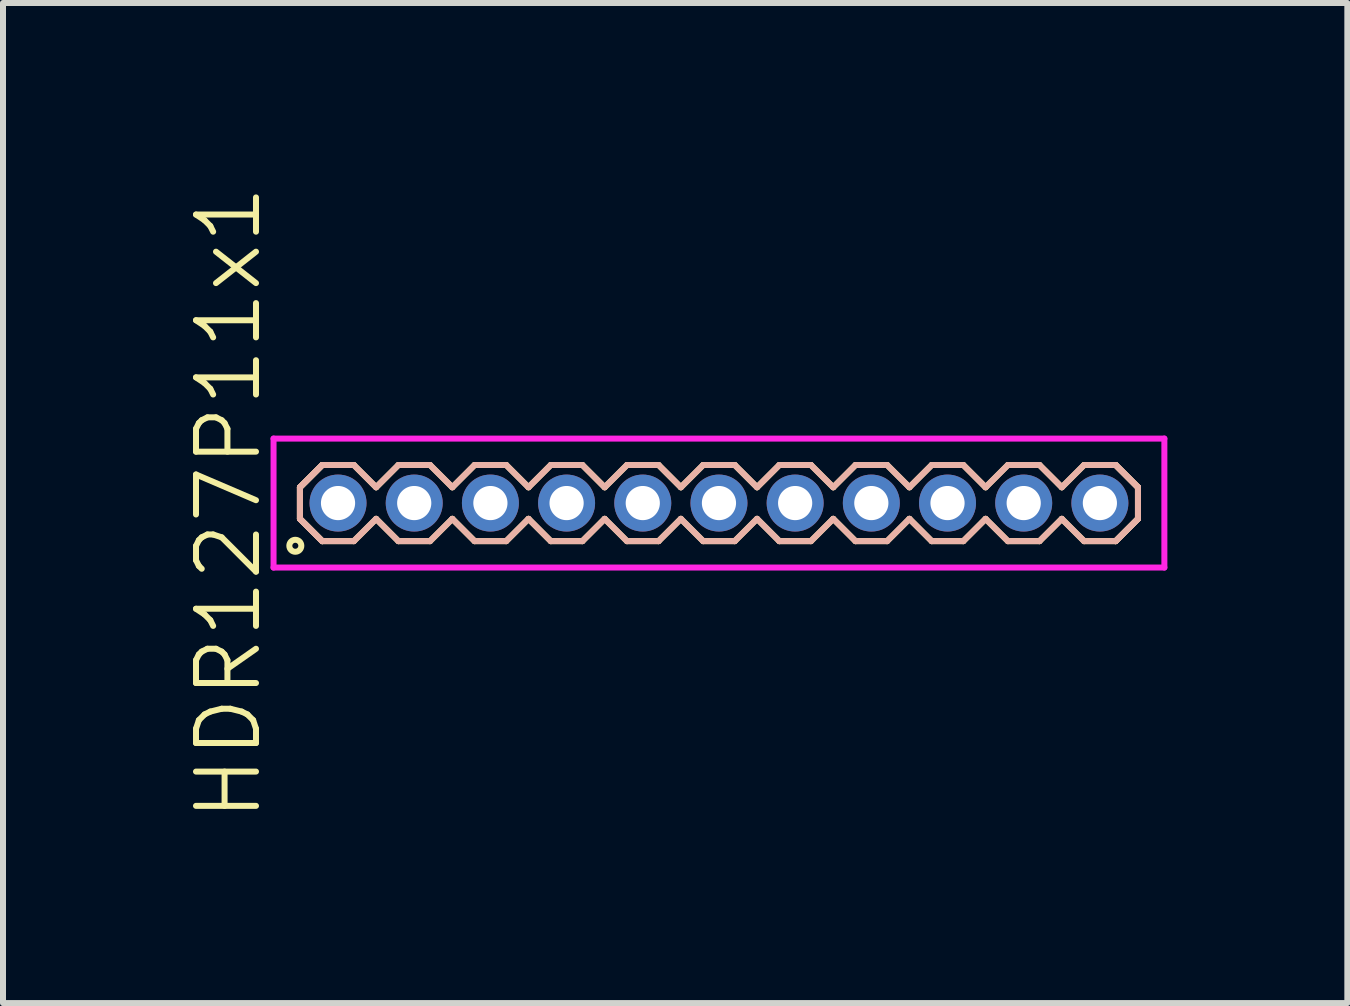
<source format=kicad_pcb>
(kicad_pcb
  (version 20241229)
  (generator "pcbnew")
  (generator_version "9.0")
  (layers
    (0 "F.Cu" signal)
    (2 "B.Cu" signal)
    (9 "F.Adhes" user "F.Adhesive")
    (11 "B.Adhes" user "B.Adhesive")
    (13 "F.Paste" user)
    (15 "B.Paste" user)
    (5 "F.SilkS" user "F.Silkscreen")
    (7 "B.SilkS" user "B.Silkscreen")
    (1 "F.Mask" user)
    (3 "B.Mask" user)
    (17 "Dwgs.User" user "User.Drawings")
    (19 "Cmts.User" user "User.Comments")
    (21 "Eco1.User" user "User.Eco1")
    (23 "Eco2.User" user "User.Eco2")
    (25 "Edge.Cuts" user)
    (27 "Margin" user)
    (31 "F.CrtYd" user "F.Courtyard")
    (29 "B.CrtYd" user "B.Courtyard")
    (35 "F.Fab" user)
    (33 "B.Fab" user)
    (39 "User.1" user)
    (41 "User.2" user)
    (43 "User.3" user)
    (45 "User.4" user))
  (footprint "HDR127P11x1"
    (layer "F.Cu")
    (at 8.935 5.336)
    (property "Reference" "HDR127P11x1" (at -8.175 0 90) (layer "F.SilkS") (effects (font (size 1 1) (thickness 0.1))))
    (attr through_hole)
    (fp_line (start -6.985 -0.263) (end -6.613 -0.635) (stroke (width 0.1) (type solid)) (layer "F.SilkS"))
    (fp_line (start -6.985 -0.263) (end -6.613 -0.635) (stroke (width 0.1) (type solid)) (layer "F.SilkS"))
    (fp_line (start -6.985 0.263) (end -6.985 -0.263) (stroke (width 0.1) (type solid)) (layer "F.SilkS"))
    (fp_line (start -6.985 0.263) (end -6.985 -0.263) (stroke (width 0.1) (type solid)) (layer "F.SilkS"))
    (fp_line (start -6.613 -0.635) (end -6.087 -0.635) (stroke (width 0.1) (type solid)) (layer "F.SilkS"))
    (fp_line (start -6.613 0.635) (end -6.985 0.263) (stroke (width 0.1) (type solid)) (layer "F.SilkS"))
    (fp_line (start -6.613 0.635) (end -6.985 0.263) (stroke (width 0.1) (type solid)) (layer "F.SilkS"))
    (fp_line (start -6.087 -0.635) (end -5.715 -0.263) (stroke (width 0.1) (type solid)) (layer "F.SilkS"))
    (fp_line (start -6.087 0.635) (end -6.613 0.635) (stroke (width 0.1) (type solid)) (layer "F.SilkS"))
    (fp_line (start -5.715 -0.263) (end -5.343 -0.635) (stroke (width 0.1) (type solid)) (layer "F.SilkS"))
    (fp_line (start -5.715 0.263) (end -6.087 0.635) (stroke (width 0.1) (type solid)) (layer "F.SilkS"))
    (fp_line (start -5.343 -0.635) (end -4.817 -0.635) (stroke (width 0.1) (type solid)) (layer "F.SilkS"))
    (fp_line (start -5.343 0.635) (end -5.715 0.263) (stroke (width 0.1) (type solid)) (layer "F.SilkS"))
    (fp_line (start -4.817 -0.635) (end -4.445 -0.263) (stroke (width 0.1) (type solid)) (layer "F.SilkS"))
    (fp_line (start -4.817 0.635) (end -5.343 0.635) (stroke (width 0.1) (type solid)) (layer "F.SilkS"))
    (fp_line (start -4.445 -0.263) (end -4.073 -0.635) (stroke (width 0.1) (type solid)) (layer "F.SilkS"))
    (fp_line (start -4.445 0.263) (end -4.817 0.635) (stroke (width 0.1) (type solid)) (layer "F.SilkS"))
    (fp_line (start -4.073 -0.635) (end -3.547 -0.635) (stroke (width 0.1) (type solid)) (layer "F.SilkS"))
    (fp_line (start -4.073 0.635) (end -4.445 0.263) (stroke (width 0.1) (type solid)) (layer "F.SilkS"))
    (fp_line (start -3.547 -0.635) (end -3.175 -0.263) (stroke (width 0.1) (type solid)) (layer "F.SilkS"))
    (fp_line (start -3.547 0.635) (end -4.073 0.635) (stroke (width 0.1) (type solid)) (layer "F.SilkS"))
    (fp_line (start -3.175 -0.263) (end -2.803 -0.635) (stroke (width 0.1) (type solid)) (layer "F.SilkS"))
    (fp_line (start -3.175 0.263) (end -3.547 0.635) (stroke (width 0.1) (type solid)) (layer "F.SilkS"))
    (fp_line (start -2.803 -0.635) (end -2.277 -0.635) (stroke (width 0.1) (type solid)) (layer "F.SilkS"))
    (fp_line (start -2.803 0.635) (end -3.175 0.263) (stroke (width 0.1) (type solid)) (layer "F.SilkS"))
    (fp_line (start -2.277 -0.635) (end -1.905 -0.263) (stroke (width 0.1) (type solid)) (layer "F.SilkS"))
    (fp_line (start -2.277 0.635) (end -2.803 0.635) (stroke (width 0.1) (type solid)) (layer "F.SilkS"))
    (fp_line (start -1.905 -0.263) (end -1.533 -0.635) (stroke (width 0.1) (type solid)) (layer "F.SilkS"))
    (fp_line (start -1.905 0.263) (end -2.277 0.635) (stroke (width 0.1) (type solid)) (layer "F.SilkS"))
    (fp_line (start -1.533 -0.635) (end -1.007 -0.635) (stroke (width 0.1) (type solid)) (layer "F.SilkS"))
    (fp_line (start -1.533 0.635) (end -1.905 0.263) (stroke (width 0.1) (type solid)) (layer "F.SilkS"))
    (fp_line (start -1.007 -0.635) (end -0.635 -0.263) (stroke (width 0.1) (type solid)) (layer "F.SilkS"))
    (fp_line (start -1.007 0.635) (end -1.533 0.635) (stroke (width 0.1) (type solid)) (layer "F.SilkS"))
    (fp_line (start -0.635 -0.263) (end -0.263 -0.635) (stroke (width 0.1) (type solid)) (layer "F.SilkS"))
    (fp_line (start -0.635 0.263) (end -1.007 0.635) (stroke (width 0.1) (type solid)) (layer "F.SilkS"))
    (fp_line (start -0.263 -0.635) (end 0.263 -0.635) (stroke (width 0.1) (type solid)) (layer "F.SilkS"))
    (fp_line (start -0.263 0.635) (end -0.635 0.263) (stroke (width 0.1) (type solid)) (layer "F.SilkS"))
    (fp_line (start 0.263 -0.635) (end 0.635 -0.263) (stroke (width 0.1) (type solid)) (layer "F.SilkS"))
    (fp_line (start 0.263 0.635) (end -0.263 0.635) (stroke (width 0.1) (type solid)) (layer "F.SilkS"))
    (fp_line (start 0.635 -0.263) (end 1.007 -0.635) (stroke (width 0.1) (type solid)) (layer "F.SilkS"))
    (fp_line (start 0.635 0.263) (end 0.263 0.635) (stroke (width 0.1) (type solid)) (layer "F.SilkS"))
    (fp_line (start 1.007 -0.635) (end 1.533 -0.635) (stroke (width 0.1) (type solid)) (layer "F.SilkS"))
    (fp_line (start 1.007 0.635) (end 0.635 0.263) (stroke (width 0.1) (type solid)) (layer "F.SilkS"))
    (fp_line (start 1.533 -0.635) (end 1.905 -0.263) (stroke (width 0.1) (type solid)) (layer "F.SilkS"))
    (fp_line (start 1.533 0.635) (end 1.007 0.635) (stroke (width 0.1) (type solid)) (layer "F.SilkS"))
    (fp_line (start 1.905 -0.263) (end 2.277 -0.635) (stroke (width 0.1) (type solid)) (layer "F.SilkS"))
    (fp_line (start 1.905 0.263) (end 1.533 0.635) (stroke (width 0.1) (type solid)) (layer "F.SilkS"))
    (fp_line (start 2.277 -0.635) (end 2.803 -0.635) (stroke (width 0.1) (type solid)) (layer "F.SilkS"))
    (fp_line (start 2.277 0.635) (end 1.905 0.263) (stroke (width 0.1) (type solid)) (layer "F.SilkS"))
    (fp_line (start 2.803 -0.635) (end 3.175 -0.263) (stroke (width 0.1) (type solid)) (layer "F.SilkS"))
    (fp_line (start 2.803 0.635) (end 2.277 0.635) (stroke (width 0.1) (type solid)) (layer "F.SilkS"))
    (fp_line (start 3.175 -0.263) (end 3.547 -0.635) (stroke (width 0.1) (type solid)) (layer "F.SilkS"))
    (fp_line (start 3.175 0.263) (end 2.803 0.635) (stroke (width 0.1) (type solid)) (layer "F.SilkS"))
    (fp_line (start 3.547 -0.635) (end 4.073 -0.635) (stroke (width 0.1) (type solid)) (layer "F.SilkS"))
    (fp_line (start 3.547 0.635) (end 3.175 0.263) (stroke (width 0.1) (type solid)) (layer "F.SilkS"))
    (fp_line (start 4.073 -0.635) (end 4.445 -0.263) (stroke (width 0.1) (type solid)) (layer "F.SilkS"))
    (fp_line (start 4.073 0.635) (end 3.547 0.635) (stroke (width 0.1) (type solid)) (layer "F.SilkS"))
    (fp_line (start 4.445 -0.263) (end 4.817 -0.635) (stroke (width 0.1) (type solid)) (layer "F.SilkS"))
    (fp_line (start 4.445 0.263) (end 4.073 0.635) (stroke (width 0.1) (type solid)) (layer "F.SilkS"))
    (fp_line (start 4.817 -0.635) (end 5.343 -0.635) (stroke (width 0.1) (type solid)) (layer "F.SilkS"))
    (fp_line (start 4.817 0.635) (end 4.445 0.263) (stroke (width 0.1) (type solid)) (layer "F.SilkS"))
    (fp_line (start 5.343 -0.635) (end 5.715 -0.263) (stroke (width 0.1) (type solid)) (layer "F.SilkS"))
    (fp_line (start 5.343 0.635) (end 4.817 0.635) (stroke (width 0.1) (type solid)) (layer "F.SilkS"))
    (fp_line (start 5.715 -0.263) (end 6.087 -0.635) (stroke (width 0.1) (type solid)) (layer "F.SilkS"))
    (fp_line (start 5.715 0.263) (end 5.343 0.635) (stroke (width 0.1) (type solid)) (layer "F.SilkS"))
    (fp_line (start 6.087 -0.635) (end 6.613 -0.635) (stroke (width 0.1) (type solid)) (layer "F.SilkS"))
    (fp_line (start 6.087 0.635) (end 5.715 0.263) (stroke (width 0.1) (type solid)) (layer "F.SilkS"))
    (fp_line (start 6.613 -0.635) (end 6.985 -0.263) (stroke (width 0.1) (type solid)) (layer "F.SilkS"))
    (fp_line (start 6.613 -0.635) (end 6.985 -0.263) (stroke (width 0.1) (type solid)) (layer "F.SilkS"))
    (fp_line (start 6.613 0.635) (end 6.087 0.635) (stroke (width 0.1) (type solid)) (layer "F.SilkS"))
    (fp_line (start 6.985 -0.263) (end 6.985 0.263) (stroke (width 0.1) (type solid)) (layer "F.SilkS"))
    (fp_line (start 6.985 -0.263) (end 6.985 0.263) (stroke (width 0.1) (type solid)) (layer "F.SilkS"))
    (fp_line (start 6.985 0.263) (end 6.613 0.635) (stroke (width 0.1) (type solid)) (layer "F.SilkS"))
    (fp_line (start 6.985 0.263) (end 6.613 0.635) (stroke (width 0.1) (type solid)) (layer "F.SilkS"))
    (fp_circle (center -7.062 0.712) (end -6.962 0.712) (stroke (width 0.1) (type solid)) (fill no) (layer "F.SilkS"))
    (fp_line (start -6.985 -0.263) (end -6.613 -0.635) (stroke (width 0.1) (type solid)) (layer "B.SilkS"))
    (fp_line (start -6.985 -0.263) (end -6.613 -0.635) (stroke (width 0.1) (type solid)) (layer "B.SilkS"))
    (fp_line (start -6.985 0.263) (end -6.985 -0.263) (stroke (width 0.1) (type solid)) (layer "B.SilkS"))
    (fp_line (start -6.985 0.263) (end -6.985 -0.263) (stroke (width 0.1) (type solid)) (layer "B.SilkS"))
    (fp_line (start -6.613 -0.635) (end -6.087 -0.635) (stroke (width 0.1) (type solid)) (layer "B.SilkS"))
    (fp_line (start -6.613 0.635) (end -6.985 0.263) (stroke (width 0.1) (type solid)) (layer "B.SilkS"))
    (fp_line (start -6.613 0.635) (end -6.985 0.263) (stroke (width 0.1) (type solid)) (layer "B.SilkS"))
    (fp_line (start -6.087 -0.635) (end -5.715 -0.263) (stroke (width 0.1) (type solid)) (layer "B.SilkS"))
    (fp_line (start -6.087 0.635) (end -6.613 0.635) (stroke (width 0.1) (type solid)) (layer "B.SilkS"))
    (fp_line (start -5.715 -0.263) (end -5.343 -0.635) (stroke (width 0.1) (type solid)) (layer "B.SilkS"))
    (fp_line (start -5.715 0.263) (end -6.087 0.635) (stroke (width 0.1) (type solid)) (layer "B.SilkS"))
    (fp_line (start -5.343 -0.635) (end -4.817 -0.635) (stroke (width 0.1) (type solid)) (layer "B.SilkS"))
    (fp_line (start -5.343 0.635) (end -5.715 0.263) (stroke (width 0.1) (type solid)) (layer "B.SilkS"))
    (fp_line (start -4.817 -0.635) (end -4.445 -0.263) (stroke (width 0.1) (type solid)) (layer "B.SilkS"))
    (fp_line (start -4.817 0.635) (end -5.343 0.635) (stroke (width 0.1) (type solid)) (layer "B.SilkS"))
    (fp_line (start -4.445 -0.263) (end -4.073 -0.635) (stroke (width 0.1) (type solid)) (layer "B.SilkS"))
    (fp_line (start -4.445 0.263) (end -4.817 0.635) (stroke (width 0.1) (type solid)) (layer "B.SilkS"))
    (fp_line (start -4.073 -0.635) (end -3.547 -0.635) (stroke (width 0.1) (type solid)) (layer "B.SilkS"))
    (fp_line (start -4.073 0.635) (end -4.445 0.263) (stroke (width 0.1) (type solid)) (layer "B.SilkS"))
    (fp_line (start -3.547 -0.635) (end -3.175 -0.263) (stroke (width 0.1) (type solid)) (layer "B.SilkS"))
    (fp_line (start -3.547 0.635) (end -4.073 0.635) (stroke (width 0.1) (type solid)) (layer "B.SilkS"))
    (fp_line (start -3.175 -0.263) (end -2.803 -0.635) (stroke (width 0.1) (type solid)) (layer "B.SilkS"))
    (fp_line (start -3.175 0.263) (end -3.547 0.635) (stroke (width 0.1) (type solid)) (layer "B.SilkS"))
    (fp_line (start -2.803 -0.635) (end -2.277 -0.635) (stroke (width 0.1) (type solid)) (layer "B.SilkS"))
    (fp_line (start -2.803 0.635) (end -3.175 0.263) (stroke (width 0.1) (type solid)) (layer "B.SilkS"))
    (fp_line (start -2.277 -0.635) (end -1.905 -0.263) (stroke (width 0.1) (type solid)) (layer "B.SilkS"))
    (fp_line (start -2.277 0.635) (end -2.803 0.635) (stroke (width 0.1) (type solid)) (layer "B.SilkS"))
    (fp_line (start -1.905 -0.263) (end -1.533 -0.635) (stroke (width 0.1) (type solid)) (layer "B.SilkS"))
    (fp_line (start -1.905 0.263) (end -2.277 0.635) (stroke (width 0.1) (type solid)) (layer "B.SilkS"))
    (fp_line (start -1.533 -0.635) (end -1.007 -0.635) (stroke (width 0.1) (type solid)) (layer "B.SilkS"))
    (fp_line (start -1.533 0.635) (end -1.905 0.263) (stroke (width 0.1) (type solid)) (layer "B.SilkS"))
    (fp_line (start -1.007 -0.635) (end -0.635 -0.263) (stroke (width 0.1) (type solid)) (layer "B.SilkS"))
    (fp_line (start -1.007 0.635) (end -1.533 0.635) (stroke (width 0.1) (type solid)) (layer "B.SilkS"))
    (fp_line (start -0.635 -0.263) (end -0.263 -0.635) (stroke (width 0.1) (type solid)) (layer "B.SilkS"))
    (fp_line (start -0.635 0.263) (end -1.007 0.635) (stroke (width 0.1) (type solid)) (layer "B.SilkS"))
    (fp_line (start -0.263 -0.635) (end 0.263 -0.635) (stroke (width 0.1) (type solid)) (layer "B.SilkS"))
    (fp_line (start -0.263 0.635) (end -0.635 0.263) (stroke (width 0.1) (type solid)) (layer "B.SilkS"))
    (fp_line (start 0.263 -0.635) (end 0.635 -0.263) (stroke (width 0.1) (type solid)) (layer "B.SilkS"))
    (fp_line (start 0.263 0.635) (end -0.263 0.635) (stroke (width 0.1) (type solid)) (layer "B.SilkS"))
    (fp_line (start 0.635 -0.263) (end 1.007 -0.635) (stroke (width 0.1) (type solid)) (layer "B.SilkS"))
    (fp_line (start 0.635 0.263) (end 0.263 0.635) (stroke (width 0.1) (type solid)) (layer "B.SilkS"))
    (fp_line (start 1.007 -0.635) (end 1.533 -0.635) (stroke (width 0.1) (type solid)) (layer "B.SilkS"))
    (fp_line (start 1.007 0.635) (end 0.635 0.263) (stroke (width 0.1) (type solid)) (layer "B.SilkS"))
    (fp_line (start 1.533 -0.635) (end 1.905 -0.263) (stroke (width 0.1) (type solid)) (layer "B.SilkS"))
    (fp_line (start 1.533 0.635) (end 1.007 0.635) (stroke (width 0.1) (type solid)) (layer "B.SilkS"))
    (fp_line (start 1.905 -0.263) (end 2.277 -0.635) (stroke (width 0.1) (type solid)) (layer "B.SilkS"))
    (fp_line (start 1.905 0.263) (end 1.533 0.635) (stroke (width 0.1) (type solid)) (layer "B.SilkS"))
    (fp_line (start 2.277 -0.635) (end 2.803 -0.635) (stroke (width 0.1) (type solid)) (layer "B.SilkS"))
    (fp_line (start 2.277 0.635) (end 1.905 0.263) (stroke (width 0.1) (type solid)) (layer "B.SilkS"))
    (fp_line (start 2.803 -0.635) (end 3.175 -0.263) (stroke (width 0.1) (type solid)) (layer "B.SilkS"))
    (fp_line (start 2.803 0.635) (end 2.277 0.635) (stroke (width 0.1) (type solid)) (layer "B.SilkS"))
    (fp_line (start 3.175 -0.263) (end 3.547 -0.635) (stroke (width 0.1) (type solid)) (layer "B.SilkS"))
    (fp_line (start 3.175 0.263) (end 2.803 0.635) (stroke (width 0.1) (type solid)) (layer "B.SilkS"))
    (fp_line (start 3.547 -0.635) (end 4.073 -0.635) (stroke (width 0.1) (type solid)) (layer "B.SilkS"))
    (fp_line (start 3.547 0.635) (end 3.175 0.263) (stroke (width 0.1) (type solid)) (layer "B.SilkS"))
    (fp_line (start 4.073 -0.635) (end 4.445 -0.263) (stroke (width 0.1) (type solid)) (layer "B.SilkS"))
    (fp_line (start 4.073 0.635) (end 3.547 0.635) (stroke (width 0.1) (type solid)) (layer "B.SilkS"))
    (fp_line (start 4.445 -0.263) (end 4.817 -0.635) (stroke (width 0.1) (type solid)) (layer "B.SilkS"))
    (fp_line (start 4.445 0.263) (end 4.073 0.635) (stroke (width 0.1) (type solid)) (layer "B.SilkS"))
    (fp_line (start 4.817 -0.635) (end 5.343 -0.635) (stroke (width 0.1) (type solid)) (layer "B.SilkS"))
    (fp_line (start 4.817 0.635) (end 4.445 0.263) (stroke (width 0.1) (type solid)) (layer "B.SilkS"))
    (fp_line (start 5.343 -0.635) (end 5.715 -0.263) (stroke (width 0.1) (type solid)) (layer "B.SilkS"))
    (fp_line (start 5.343 0.635) (end 4.817 0.635) (stroke (width 0.1) (type solid)) (layer "B.SilkS"))
    (fp_line (start 5.715 -0.263) (end 6.087 -0.635) (stroke (width 0.1) (type solid)) (layer "B.SilkS"))
    (fp_line (start 5.715 0.263) (end 5.343 0.635) (stroke (width 0.1) (type solid)) (layer "B.SilkS"))
    (fp_line (start 6.087 -0.635) (end 6.613 -0.635) (stroke (width 0.1) (type solid)) (layer "B.SilkS"))
    (fp_line (start 6.087 0.635) (end 5.715 0.263) (stroke (width 0.1) (type solid)) (layer "B.SilkS"))
    (fp_line (start 6.613 -0.635) (end 6.985 -0.263) (stroke (width 0.1) (type solid)) (layer "B.SilkS"))
    (fp_line (start 6.613 -0.635) (end 6.985 -0.263) (stroke (width 0.1) (type solid)) (layer "B.SilkS"))
    (fp_line (start 6.613 0.635) (end 6.087 0.635) (stroke (width 0.1) (type solid)) (layer "B.SilkS"))
    (fp_line (start 6.985 -0.263) (end 6.985 0.263) (stroke (width 0.1) (type solid)) (layer "B.SilkS"))
    (fp_line (start 6.985 -0.263) (end 6.985 0.263) (stroke (width 0.1) (type solid)) (layer "B.SilkS"))
    (fp_line (start 6.985 0.263) (end 6.613 0.635) (stroke (width 0.1) (type solid)) (layer "B.SilkS"))
    (fp_line (start 6.985 0.263) (end 6.613 0.635) (stroke (width 0.1) (type solid)) (layer "B.SilkS"))
    (fp_line (start -7.425 -1.075) (end -7.425 1.075) (stroke (width 0.1) (type solid)) (layer "F.CrtYd"))
    (fp_line (start -7.425 1.075) (end 7.425 1.075) (stroke (width 0.1) (type solid)) (layer "F.CrtYd"))
    (fp_line (start 7.425 -1.075) (end -7.425 -1.075) (stroke (width 0.1) (type solid)) (layer "F.CrtYd"))
    (fp_line (start 7.425 1.075) (end 7.425 -1.075) (stroke (width 0.1) (type solid)) (layer "F.CrtYd"))
    (pad "1" thru_hole oval (at -6.35 0) (size 0.95 0.95) (drill 0.57) (layers "*.Cu" "*.Mask"))
    (pad "2" thru_hole oval (at -5.08 0) (size 0.95 0.95) (drill 0.57) (layers "*.Cu" "*.Mask"))
    (pad "3" thru_hole oval (at -3.81 0) (size 0.95 0.95) (drill 0.57) (layers "*.Cu" "*.Mask"))
    (pad "4" thru_hole oval (at -2.54 0) (size 0.95 0.95) (drill 0.57) (layers "*.Cu" "*.Mask"))
    (pad "5" thru_hole oval (at -1.27 0) (size 0.95 0.95) (drill 0.57) (layers "*.Cu" "*.Mask"))
    (pad "6" thru_hole oval (at 0 0) (size 0.95 0.95) (drill 0.57) (layers "*.Cu" "*.Mask"))
    (pad "7" thru_hole oval (at 1.27 0) (size 0.95 0.95) (drill 0.57) (layers "*.Cu" "*.Mask"))
    (pad "8" thru_hole oval (at 2.54 0) (size 0.95 0.95) (drill 0.57) (layers "*.Cu" "*.Mask"))
    (pad "9" thru_hole oval (at 3.81 0) (size 0.95 0.95) (drill 0.57) (layers "*.Cu" "*.Mask"))
    (pad "10" thru_hole oval (at 5.08 0) (size 0.95 0.95) (drill 0.57) (layers "*.Cu" "*.Mask"))
    (pad "11" thru_hole oval (at 6.35 0) (size 0.95 0.95) (drill 0.57) (layers "*.Cu" "*.Mask")))
  (gr_rect
    (start -3 -3)
    (end 19.41 13.671)
    (stroke (width 0.1) (type default))
    (fill no)
    (layer "Edge.Cuts")))
</source>
